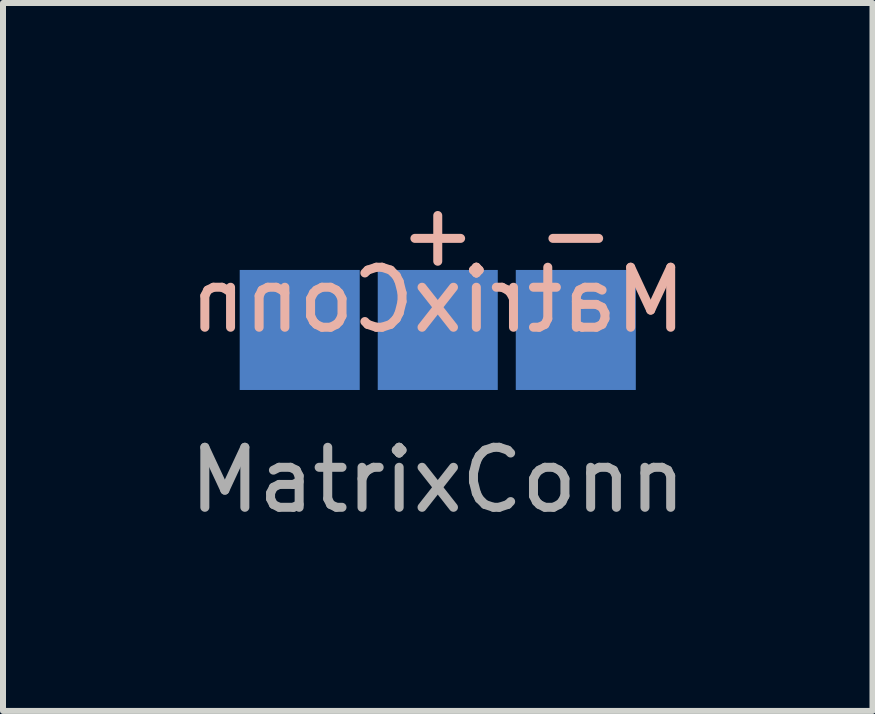
<source format=kicad_pcb>
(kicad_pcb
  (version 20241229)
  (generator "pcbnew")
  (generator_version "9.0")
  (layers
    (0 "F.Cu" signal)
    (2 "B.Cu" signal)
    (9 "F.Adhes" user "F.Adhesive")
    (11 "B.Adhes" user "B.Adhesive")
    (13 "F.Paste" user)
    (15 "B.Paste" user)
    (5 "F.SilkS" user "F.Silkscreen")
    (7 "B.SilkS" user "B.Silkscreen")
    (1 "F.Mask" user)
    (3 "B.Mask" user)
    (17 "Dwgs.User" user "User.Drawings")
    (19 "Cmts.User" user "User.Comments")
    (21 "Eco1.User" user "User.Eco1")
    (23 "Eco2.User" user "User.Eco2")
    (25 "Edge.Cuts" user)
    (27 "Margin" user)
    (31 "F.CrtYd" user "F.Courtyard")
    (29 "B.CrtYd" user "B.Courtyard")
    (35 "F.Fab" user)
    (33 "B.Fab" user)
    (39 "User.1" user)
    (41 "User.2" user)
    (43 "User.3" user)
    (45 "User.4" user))
  (footprint "MatrixConn"
    (layer "F.Cu")
    (at 4.244 2.448)
    (property "Reference" "MatrixConn" (at 0 -0.5 0) (unlocked yes) (layer "B.SilkS") (effects (font (size 1 1) (thickness 0.15)) (justify mirror)))
    (attr smd)
    (fp_text user "-" (at 2.3 -1.6 0) (unlocked yes) (layer "B.SilkS") (effects (font (size 1 1) (thickness 0.15)) (justify mirror)))
    (fp_text user "+" (at 0 -1.6 0) (unlocked yes) (layer "B.SilkS") (effects (font (size 1 1) (thickness 0.15)) (justify mirror)))
    (fp_text user "${REFERENCE}" (at 0 2.5 0) (unlocked yes) (layer "F.Fab") (effects (font (size 1 1) (thickness 0.15))))
    (pad "1" smd rect (at -2.3 0) (size 2 2) (layers "B.Cu" "B.Mask" "B.Paste"))
    (pad "2" smd rect (at 0 0) (size 2 2) (layers "B.Cu" "B.Mask" "B.Paste"))
    (pad "3" smd rect (at 2.3 0) (size 2 2) (layers "B.Cu" "B.Mask" "B.Paste")))
  (gr_rect
    (start -3 -3)
    (end 11.488 8.796)
    (stroke (width 0.1) (type default))
    (fill no)
    (layer "Edge.Cuts")))
</source>
